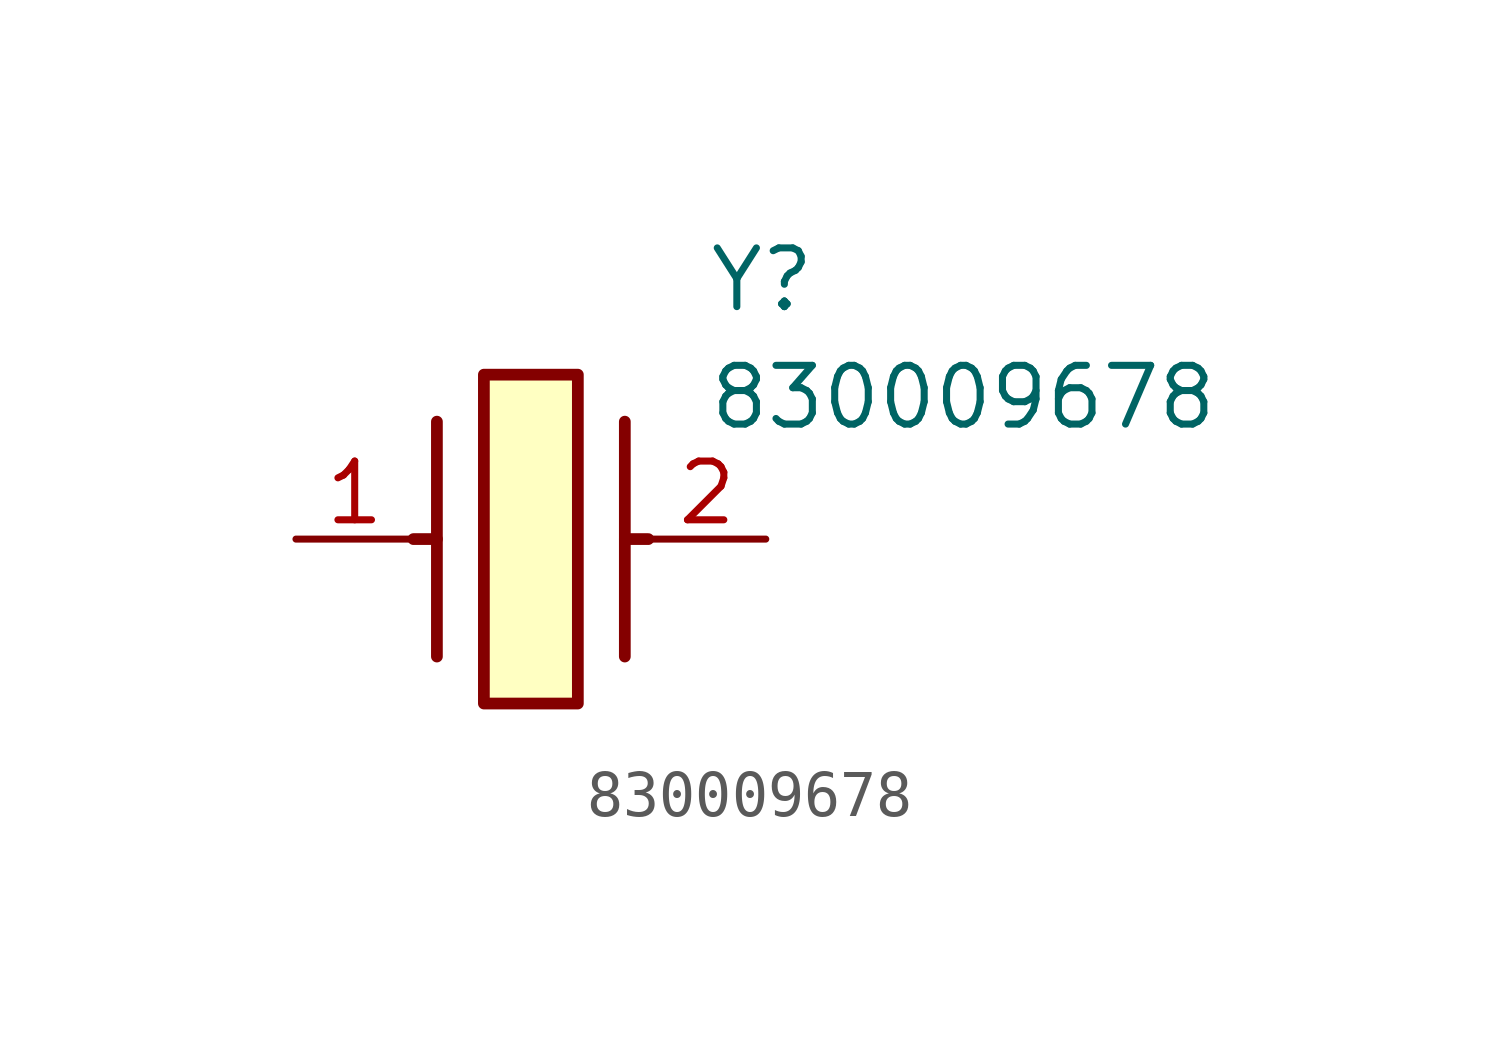
<source format=kicad_sym>
(kicad_symbol_lib
  (version 20211014)
  (generator SamacSys_ECAD_Model)
  (symbol "830009678"
    (pin_names hide)
    (property "Reference" "Y"
      (at 8.89 6.35 0)
      (effects (font (size 1.27 1.27)) (justify left top)))
    (property "Value" "830009678"
      (at 8.89 3.81 0)
      (effects (font (size 1.27 1.27)) (justify left top)))
    (rectangle
      (start 4.064 3.556)
      (end 6.096 -3.556)
      (stroke (width 0.254) (type default))
      (fill (type background)))
    (polyline
      (pts (xy 3.048 2.54) (xy 3.048 -2.54))
      (stroke (width 0.254) (type default))
      (fill (type none)))
    (polyline
      (pts (xy 7.112 2.54) (xy 7.112 -2.54))
      (stroke (width 0.254) (type default))
      (fill (type none)))
    (polyline
      (pts (xy 7.112 0) (xy 7.62 0))
      (stroke (width 0.254) (type default))
      (fill (type none)))
    (polyline
      (pts (xy 3.048 0) (xy 2.54 0))
      (stroke (width 0.254) (type default))
      (fill (type none)))
    (pin passive line
      (at 0 0 0)
      (length 2.54)
      (name "1" (effects (font (size 1.27 1.27))))
      (number "1" (effects (font (size 1.27 1.27)))))
    (pin passive line
      (at 10.16 0 180)
      (length 2.54)
      (name "2" (effects (font (size 1.27 1.27))))
      (number "2" (effects (font (size 1.27 1.27)))))))
</source>
